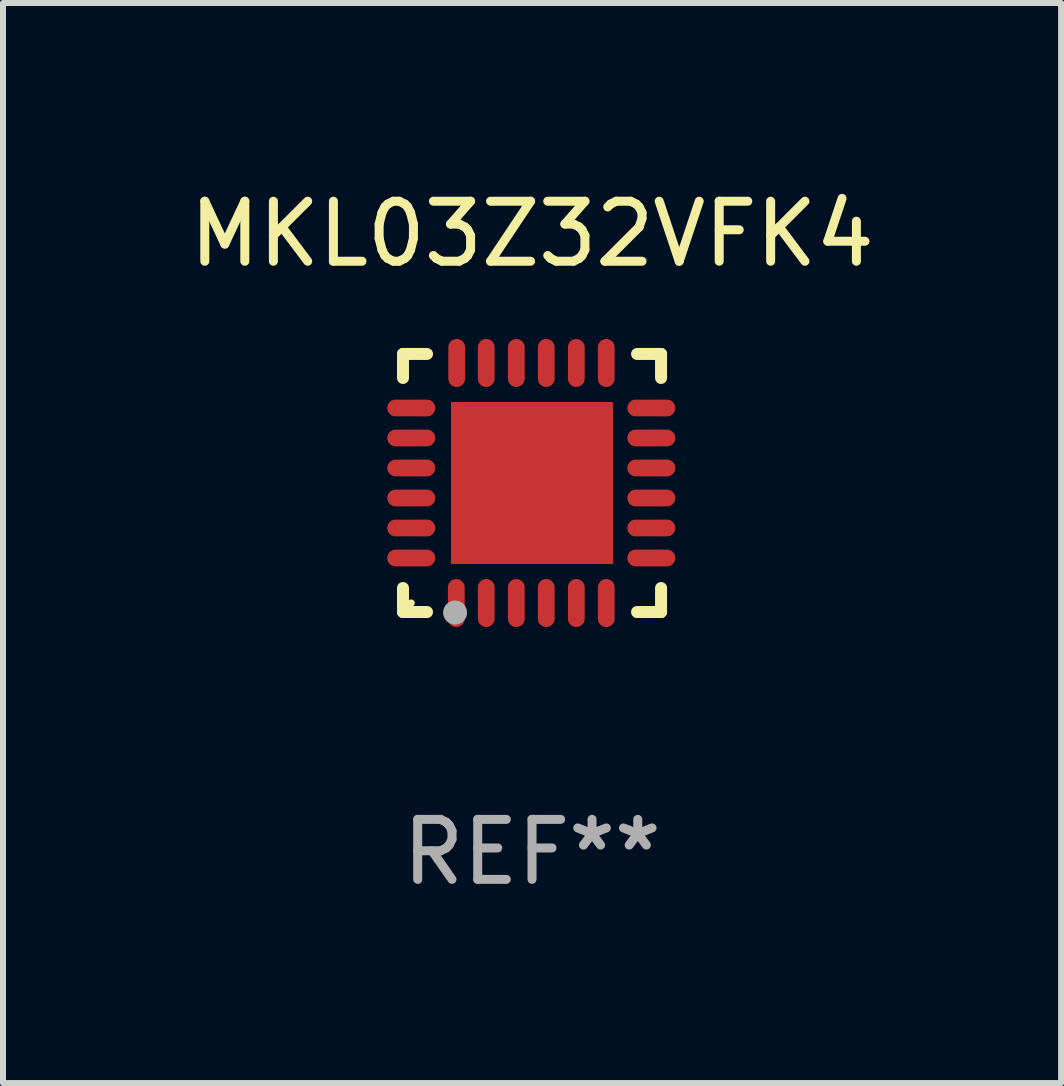
<source format=kicad_pcb>
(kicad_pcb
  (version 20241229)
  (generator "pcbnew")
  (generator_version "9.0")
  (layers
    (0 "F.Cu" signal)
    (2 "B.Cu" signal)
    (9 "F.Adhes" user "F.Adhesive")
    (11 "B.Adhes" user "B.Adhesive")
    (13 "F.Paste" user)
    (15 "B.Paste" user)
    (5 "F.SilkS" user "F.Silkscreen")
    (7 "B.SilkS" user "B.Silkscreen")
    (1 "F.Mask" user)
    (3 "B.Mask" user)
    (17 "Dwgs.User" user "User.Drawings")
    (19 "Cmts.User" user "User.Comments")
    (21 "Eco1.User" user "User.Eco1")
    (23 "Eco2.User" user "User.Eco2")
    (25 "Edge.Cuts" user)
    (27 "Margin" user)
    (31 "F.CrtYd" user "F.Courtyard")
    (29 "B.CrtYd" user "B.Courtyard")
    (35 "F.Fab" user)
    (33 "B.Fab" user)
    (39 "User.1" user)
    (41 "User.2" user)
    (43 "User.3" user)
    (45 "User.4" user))
  (footprint "MKL03Z32VFK4"
    (layer "F.Cu")
    (at 5.815 4.998)
    (property "Reference" "MKL03Z32VFK4" (at 0 -4.15 0) (layer "F.SilkS") (effects (font (size 1 1) (thickness 0.15))))
    (attr through_hole)
    (fp_line (start -2.15 -2.15) (end -1.75 -2.15) (stroke (width 0.2) (type solid)) (layer "F.SilkS"))
    (fp_line (start -2.15 -1.75) (end -2.15 -2.15) (stroke (width 0.2) (type solid)) (layer "F.SilkS"))
    (fp_line (start -2.15 2.15) (end -2.15 1.75) (stroke (width 0.2) (type solid)) (layer "F.SilkS"))
    (fp_line (start -1.75 2.15) (end -2.15 2.15) (stroke (width 0.2) (type solid)) (layer "F.SilkS"))
    (fp_line (start 2.15 -2.15) (end 1.75 -2.15) (stroke (width 0.2) (type solid)) (layer "F.SilkS"))
    (fp_line (start 2.15 -1.75) (end 2.15 -2.15) (stroke (width 0.2) (type solid)) (layer "F.SilkS"))
    (fp_line (start 2.15 1.75) (end 2.15 2.15) (stroke (width 0.2) (type solid)) (layer "F.SilkS"))
    (fp_line (start 2.15 2.15) (end 1.75 2.15) (stroke (width 0.2) (type solid)) (layer "F.SilkS"))
    (fp_circle (center -2.013 2) (end -1.983 2) (stroke (width 0.06) (type solid)) (fill no) (layer "F.SilkS"))
    (fp_circle (center -1.282 2.159) (end -1.182 2.159) (stroke (width 0.2) (type solid)) (fill no) (layer "F.Fab"))
    (fp_text user "REF**" (at 0 6.15 0) (layer "F.Fab") (effects (font (size 1 1) (thickness 0.15))))
    (pad "1" smd oval (at -1.262 2) (size 0.28 0.8) (layers "F.Cu" "F.Mask" "F.Paste"))
    (pad "2" smd oval (at -0.763 2) (size 0.28 0.8) (layers "F.Cu" "F.Mask" "F.Paste"))
    (pad "3" smd oval (at -0.262 2) (size 0.28 0.8) (layers "F.Cu" "F.Mask" "F.Paste"))
    (pad "4" smd oval (at 0.237 2) (size 0.28 0.8) (layers "F.Cu" "F.Mask" "F.Paste"))
    (pad "5" smd oval (at 0.738 2) (size 0.28 0.8) (layers "F.Cu" "F.Mask" "F.Paste"))
    (pad "6" smd oval (at 1.237 2) (size 0.28 0.8) (layers "F.Cu" "F.Mask" "F.Paste"))
    (pad "7" smd oval (at 1.988 1.25) (size 0.8 0.28) (layers "F.Cu" "F.Mask" "F.Paste"))
    (pad "8" smd oval (at 1.988 0.75) (size 0.8 0.28) (layers "F.Cu" "F.Mask" "F.Paste"))
    (pad "9" smd oval (at 1.988 0.25) (size 0.8 0.28) (layers "F.Cu" "F.Mask" "F.Paste"))
    (pad "10" smd oval (at 1.988 -0.25) (size 0.8 0.28) (layers "F.Cu" "F.Mask" "F.Paste"))
    (pad "11" smd oval (at 1.988 -0.75) (size 0.8 0.28) (layers "F.Cu" "F.Mask" "F.Paste"))
    (pad "12" smd oval (at 1.988 -1.25) (size 0.8 0.28) (layers "F.Cu" "F.Mask" "F.Paste"))
    (pad "13" smd oval (at 1.237 -2) (size 0.28 0.8) (layers "F.Cu" "F.Mask" "F.Paste"))
    (pad "14" smd oval (at 0.738 -2) (size 0.28 0.8) (layers "F.Cu" "F.Mask" "F.Paste"))
    (pad "15" smd oval (at 0.237 -2) (size 0.28 0.8) (layers "F.Cu" "F.Mask" "F.Paste"))
    (pad "16" smd oval (at -0.262 -2) (size 0.28 0.8) (layers "F.Cu" "F.Mask" "F.Paste"))
    (pad "17" smd oval (at -0.763 -2) (size 0.28 0.8) (layers "F.Cu" "F.Mask" "F.Paste"))
    (pad "18" smd oval (at -1.255 -2) (size 0.28 0.8) (layers "F.Cu" "F.Mask" "F.Paste"))
    (pad "19" smd oval (at -2.012 -1.25) (size 0.8 0.28) (layers "F.Cu" "F.Mask" "F.Paste"))
    (pad "20" smd oval (at -2.012 -0.75) (size 0.8 0.28) (layers "F.Cu" "F.Mask" "F.Paste"))
    (pad "21" smd oval (at -2.012 -0.25) (size 0.8 0.28) (layers "F.Cu" "F.Mask" "F.Paste"))
    (pad "22" smd oval (at -2.012 0.25) (size 0.8 0.28) (layers "F.Cu" "F.Mask" "F.Paste"))
    (pad "23" smd oval (at -2.012 0.75) (size 0.8 0.28) (layers "F.Cu" "F.Mask" "F.Paste"))
    (pad "24" smd oval (at -2.012 1.25) (size 0.8 0.28) (layers "F.Cu" "F.Mask" "F.Paste"))
    (pad "25" smd rect (at -0.000013 -0.000025) (size 2.7 2.7) (layers "F.Cu" "F.Mask" "F.Paste")))
  (gr_rect
    (start -3 -3)
    (end 14.631 14.997)
    (stroke (width 0.1) (type default))
    (fill no)
    (layer "Edge.Cuts")))
</source>
